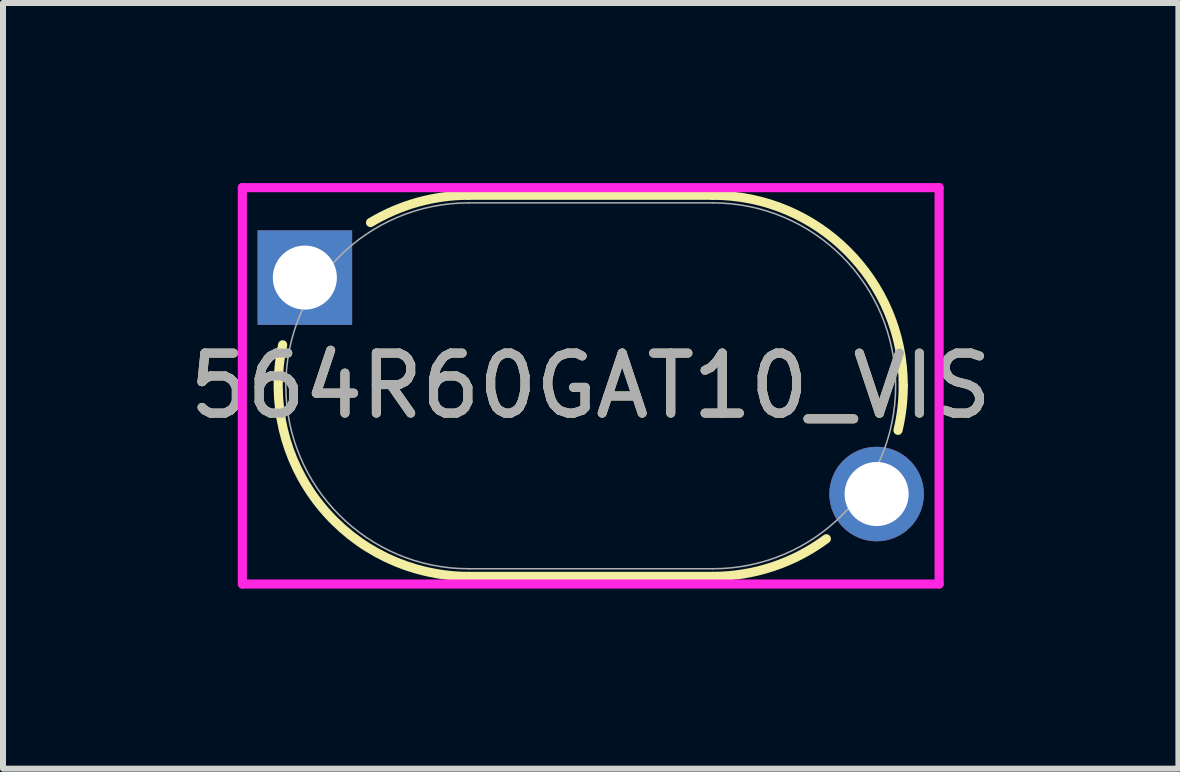
<source format=kicad_pcb>
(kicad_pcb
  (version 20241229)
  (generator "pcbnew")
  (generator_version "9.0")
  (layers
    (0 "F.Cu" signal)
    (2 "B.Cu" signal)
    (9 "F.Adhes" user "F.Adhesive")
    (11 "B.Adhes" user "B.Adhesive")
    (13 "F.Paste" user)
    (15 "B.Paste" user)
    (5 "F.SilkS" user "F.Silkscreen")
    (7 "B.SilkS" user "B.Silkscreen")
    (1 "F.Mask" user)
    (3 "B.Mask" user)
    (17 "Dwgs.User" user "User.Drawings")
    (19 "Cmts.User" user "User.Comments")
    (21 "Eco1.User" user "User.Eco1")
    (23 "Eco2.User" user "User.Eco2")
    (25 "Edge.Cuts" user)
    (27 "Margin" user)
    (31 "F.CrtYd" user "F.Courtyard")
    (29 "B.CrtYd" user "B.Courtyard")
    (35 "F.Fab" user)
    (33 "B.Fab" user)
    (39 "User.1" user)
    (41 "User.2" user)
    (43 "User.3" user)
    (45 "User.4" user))
  (footprint "564R60GAT10_VIS"
    (layer "F.Cu")
    (at 6.792 3.378)
    (property "Reference" "564R60GAT10_VIS" (at 0 0 0) (unlocked yes) (layer "F.SilkS") (effects (font (size 1 1) (thickness 0.15))))
    (attr through_hole)
    (fp_line (start -2.032 -3.175) (end 2.032 -3.175) (stroke (width 0.152) (type solid)) (layer "F.SilkS"))
    (fp_line (start -2.032 3.175) (end 2.032 3.175) (stroke (width 0.152) (type solid)) (layer "F.SilkS"))
    (fp_arc (start -3.668728 -2.720615) (mid -2.881315 -3.059296) (end -2.032 -3.175) (stroke (width 0.1524) (type solid)) (layer "F.SilkS"))
    (fp_arc (start -2.032 3.175) (mid -4.506872 1.988877) (end -5.132609 -0.683262) (stroke (width 0.1524) (type solid)) (layer "F.SilkS"))
    (fp_arc (start 2.032 -3.175) (mid 4.277064 -2.245064) (end 5.207 0) (stroke (width 0.1524) (type solid)) (layer "F.SilkS"))
    (fp_arc (start 3.925916 2.548276) (mid 3.029459 3.01425) (end 2.032 3.175) (stroke (width 0.1524) (type solid)) (layer "F.SilkS"))
    (fp_arc (start 5.207 0) (mid 5.18497 0.373373) (end 5.119184 0.741566) (stroke (width 0.1524) (type solid)) (layer "F.SilkS"))
    (fp_line (start -5.804 -3.302) (end 5.804 -3.302) (stroke (width 0.152) (type solid)) (layer "F.CrtYd"))
    (fp_line (start -5.804 3.302) (end -5.804 -3.302) (stroke (width 0.152) (type solid)) (layer "F.CrtYd"))
    (fp_line (start 5.804 -3.302) (end 5.804 3.302) (stroke (width 0.152) (type solid)) (layer "F.CrtYd"))
    (fp_line (start 5.804 3.302) (end -5.804 3.302) (stroke (width 0.152) (type solid)) (layer "F.CrtYd"))
    (fp_line (start -2.032 -3.048) (end 2.032 -3.048) (stroke (width 0.025) (type solid)) (layer "F.Fab"))
    (fp_line (start -2.032 3.048) (end 2.032 3.048) (stroke (width 0.025) (type solid)) (layer "F.Fab"))
    (fp_arc (start -2.032 3.048) (mid -5.08 0) (end -2.032 -3.048) (stroke (width 0.0254) (type solid)) (layer "F.Fab"))
    (fp_arc (start 2.032 -3.048) (mid 5.08 0) (end 2.032 3.048) (stroke (width 0.0254) (type solid)) (layer "F.Fab"))
    (fp_text user "${REFERENCE}" (at 0 0 0) (unlocked yes) (layer "F.Fab") (effects (font (size 1 1) (thickness 0.15))))
    (pad "1" thru_hole rect (at -4.763 -1.803) (size 1.575 1.575) (drill 1.067) (layers "*.Cu" "*.Mask"))
    (pad "2" thru_hole circle (at 4.763 1.803) (size 1.575 1.575) (drill 1.067) (layers "*.Cu" "*.Mask")))
  (gr_rect
    (start -3 -3)
    (end 16.583 9.756)
    (stroke (width 0.1) (type default))
    (fill no)
    (layer "Edge.Cuts")))
</source>
